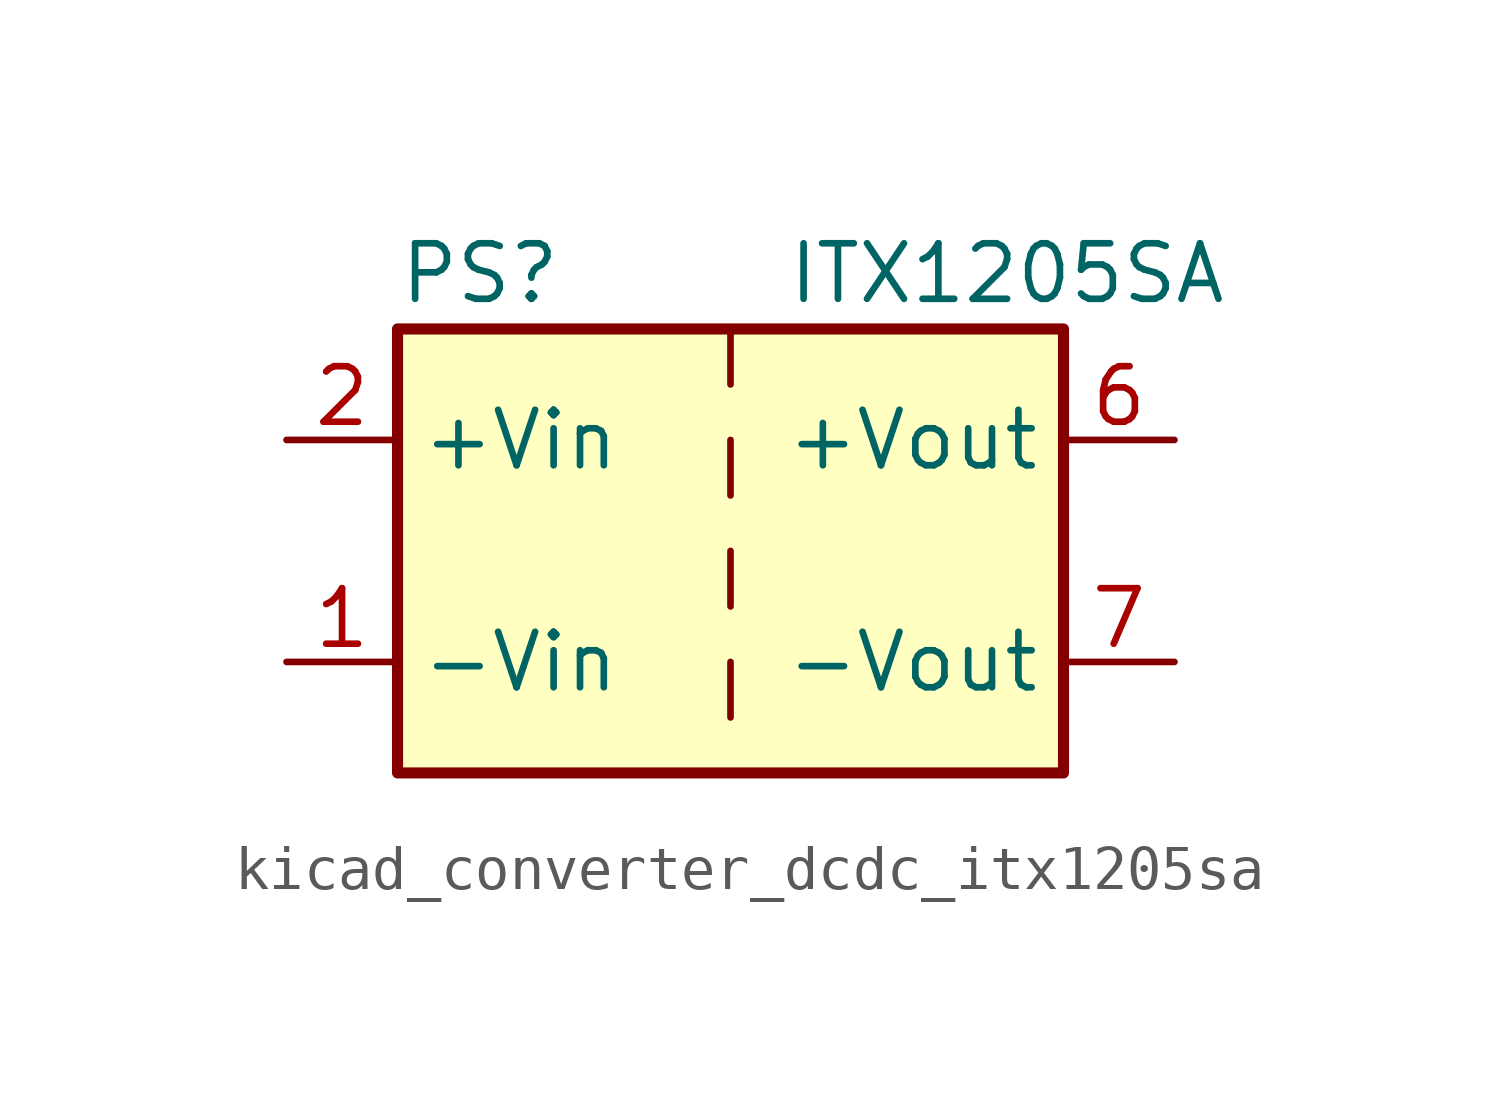
<source format=kicad_sym>
(kicad_symbol_lib
  (version 20220914)
  (generator kicad_symbol_editor)
  (symbol "kicad_converter_dcdc_itx1205sa"
    (property "Reference" "PS"
      (at -7.62 6.35 0)
      (effects (font (size 1.27 1.27)) (justify left)))
    (property "Value" "ITX1205SA"
      (at 1.27 6.35 0)
      (effects (font (size 1.27 1.27)) (justify left)))
    (symbol "kicad_converter_dcdc_itx1205sa_0_0"
      (pin power_in line (at -10.16 -2.54 0) (length 2.54) (name "-Vin" (effects (font (size 1.27 1.27)))) (number "1" (effects (font (size 1.27 1.27)))))
      (pin power_in line (at -10.16 2.54 0) (length 2.54) (name "+Vin" (effects (font (size 1.27 1.27)))) (number "2" (effects (font (size 1.27 1.27)))))
      (pin power_out line (at 10.16 2.54 180) (length 2.54) (name "+Vout" (effects (font (size 1.27 1.27)))) (number "6" (effects (font (size 1.27 1.27)))))
      (pin power_out line (at 10.16 -2.54 180) (length 2.54) (name "-Vout" (effects (font (size 1.27 1.27)))) (number "7" (effects (font (size 1.27 1.27)))))
      (pin no_connect line (at 7.62 0 180) (length 2.54) hide (name "NC" (effects (font (size 1.27 1.27)))) (number "8" (effects (font (size 1.27 1.27))))))
    (symbol "kicad_converter_dcdc_itx1205sa_0_1"
      (rectangle (start -7.62 5.08) (end 7.62 -5.08) (stroke (width 0.254) (type default)) (fill (type background)))
      (polyline (pts (xy 0 -2.54) (xy 0 -3.81)) (stroke (width 0) (type default)) (fill (type none)))
      (polyline (pts (xy 0 0) (xy 0 -1.27)) (stroke (width 0) (type default)) (fill (type none)))
      (polyline (pts (xy 0 2.54) (xy 0 1.27)) (stroke (width 0) (type default)) (fill (type none)))
      (polyline (pts (xy 0 5.08) (xy 0 3.81)) (stroke (width 0) (type default)) (fill (type none))))))
</source>
